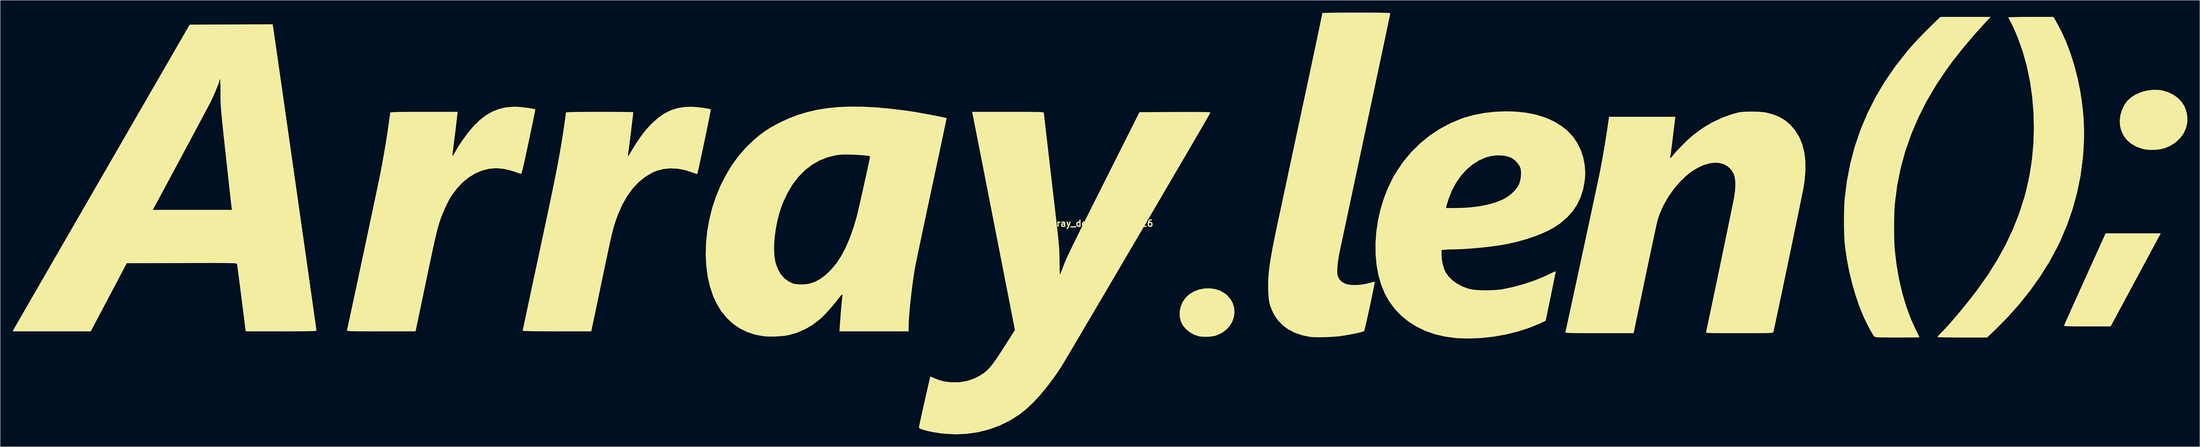
<source format=kicad_pcb>
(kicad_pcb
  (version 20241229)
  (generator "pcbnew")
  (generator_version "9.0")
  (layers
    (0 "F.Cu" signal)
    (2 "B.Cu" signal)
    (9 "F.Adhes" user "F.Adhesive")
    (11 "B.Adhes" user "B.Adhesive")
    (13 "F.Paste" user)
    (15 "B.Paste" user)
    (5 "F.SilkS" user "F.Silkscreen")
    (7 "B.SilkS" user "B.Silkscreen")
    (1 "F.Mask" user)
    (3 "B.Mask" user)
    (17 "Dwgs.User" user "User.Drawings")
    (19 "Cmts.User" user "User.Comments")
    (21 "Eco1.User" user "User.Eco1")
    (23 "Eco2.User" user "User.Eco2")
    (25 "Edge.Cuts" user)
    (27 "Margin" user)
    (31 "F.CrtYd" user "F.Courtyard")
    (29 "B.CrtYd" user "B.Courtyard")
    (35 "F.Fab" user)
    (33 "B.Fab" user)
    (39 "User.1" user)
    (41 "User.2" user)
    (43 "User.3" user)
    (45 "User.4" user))
  (footprint "array_dotlen_logo_526"
    (layer "F.Cu")
    (at 263.127 51.104)
    (property "Reference" "array_dotlen_logo_526" (at 0 0 0) (layer "F.SilkS") (effects (font (size 1.524 1.524) (thickness 0.3))))
    (attr through_hole)
    (fp_poly (pts (xy 254.313 6.761) (xy 253.75 7.808) (xy 253.073 9.069) (xy 252.308 10.493) (xy 251.482 12.031) (xy 250.621 13.633) (xy 249.753 15.249) (xy 248.904 16.829) (xy 248.253 18.041) (xy 244.54 24.952) (xy 238.875 24.952) (xy 237.386 24.95) (xy 236.172 24.945) (xy 235.207 24.934) (xy 234.466 24.918) (xy 233.926 24.896) (xy 233.562 24.866) (xy 233.349 24.828) (xy 233.262 24.781) (xy 233.258 24.754) (xy 233.326 24.591) (xy 233.507 24.175) (xy 233.794 23.529) (xy 234.176 22.673) (xy 234.643 21.627) (xy 235.188 20.412) (xy 235.8 19.049) (xy 236.471 17.559) (xy 237.191 15.962) (xy 237.95 14.279) (xy 238.312 13.478) (xy 243.317 2.4) (xy 249.989 2.395) (xy 256.661 2.391) (xy 254.313 6.761)) (stroke (width 0.01) (type solid)) (fill yes) (layer "F.SilkS"))
    (fp_poly (pts (xy 27.969 15.933) (xy 29.195 16.359) (xy 30.29 17.009) (xy 30.748 17.392) (xy 31.577 18.349) (xy 32.143 19.395) (xy 32.456 20.497) (xy 32.528 21.622) (xy 32.367 22.739) (xy 31.985 23.813) (xy 31.392 24.811) (xy 30.597 25.702) (xy 29.611 26.452) (xy 28.444 27.027) (xy 27.687 27.269) (xy 26.966 27.395) (xy 26.082 27.461) (xy 25.157 27.465) (xy 24.315 27.405) (xy 23.849 27.326) (xy 22.71 26.933) (xy 21.655 26.329) (xy 20.739 25.561) (xy 20.016 24.672) (xy 19.583 23.825) (xy 19.29 22.631) (xy 19.269 21.404) (xy 19.503 20.193) (xy 19.979 19.049) (xy 20.681 18.024) (xy 21.568 17.186) (xy 22.725 16.48) (xy 23.992 16.003) (xy 25.32 15.754) (xy 26.662 15.731) (xy 27.969 15.933)) (stroke (width 0.01) (type solid)) (fill yes) (layer "F.SilkS"))
    (fp_poly (pts (xy 256.226 -32.357) (xy 257.099 -32.222) (xy 258.484 -31.8) (xy 259.752 -31.168) (xy 260.861 -30.354) (xy 261.769 -29.39) (xy 262.401 -28.371) (xy 262.9 -27.018) (xy 263.115 -25.659) (xy 263.059 -24.322) (xy 262.744 -23.034) (xy 262.183 -21.823) (xy 261.391 -20.714) (xy 260.378 -19.737) (xy 259.159 -18.917) (xy 257.746 -18.282) (xy 257.586 -18.227) (xy 256.561 -17.978) (xy 255.375 -17.843) (xy 254.142 -17.822) (xy 252.979 -17.921) (xy 252.237 -18.072) (xy 250.756 -18.603) (xy 249.49 -19.33) (xy 248.449 -20.243) (xy 247.64 -21.334) (xy 247.073 -22.595) (xy 246.817 -23.61) (xy 246.729 -24.884) (xy 246.887 -26.215) (xy 247.268 -27.526) (xy 247.852 -28.741) (xy 248.531 -29.685) (xy 249.469 -30.551) (xy 250.62 -31.27) (xy 251.928 -31.828) (xy 253.336 -32.206) (xy 254.787 -32.388) (xy 256.226 -32.357)) (stroke (width 0.01) (type solid)) (fill yes) (layer "F.SilkS"))
    (fp_poly (pts (xy 231.367 -48.895) (xy 232.625 -46.551) (xy 233.786 -43.963) (xy 234.836 -41.178) (xy 235.76 -38.239) (xy 236.545 -35.191) (xy 237.176 -32.078) (xy 237.549 -29.658) (xy 237.85 -27.065) (xy 238.036 -24.625) (xy 238.11 -22.244) (xy 238.073 -19.829) (xy 237.927 -17.288) (xy 237.778 -15.564) (xy 237.24 -11.498) (xy 236.414 -7.44) (xy 235.311 -3.425) (xy 233.939 0.513) (xy 232.308 4.34) (xy 231.589 5.826) (xy 229.672 9.355) (xy 227.482 12.854) (xy 225.041 16.29) (xy 222.376 19.631) (xy 219.509 22.843) (xy 216.729 25.646) (xy 214.644 27.641) (xy 208.623 27.641) (xy 207.315 27.638) (xy 206.104 27.63) (xy 205.023 27.617) (xy 204.103 27.601) (xy 203.375 27.58) (xy 202.871 27.557) (xy 202.623 27.532) (xy 202.602 27.522) (xy 202.702 27.361) (xy 202.958 27.07) (xy 203.213 26.812) (xy 204.013 26.003) (xy 204.954 24.99) (xy 206.003 23.811) (xy 207.128 22.505) (xy 208.297 21.112) (xy 209.476 19.668) (xy 210.634 18.214) (xy 211.736 16.788) (xy 212.198 16.176) (xy 214.794 12.513) (xy 217.1 8.844) (xy 219.128 5.151) (xy 220.885 1.413) (xy 222.382 -2.389) (xy 223.628 -6.273) (xy 224.103 -8.026) (xy 224.913 -11.702) (xy 225.491 -15.467) (xy 225.841 -19.289) (xy 225.964 -23.137) (xy 225.862 -26.98) (xy 225.539 -30.785) (xy 224.996 -34.523) (xy 224.235 -38.161) (xy 223.26 -41.669) (xy 222.072 -45.014) (xy 221.181 -47.099) (xy 220.86 -47.784) (xy 220.543 -48.438) (xy 220.273 -48.969) (xy 220.145 -49.205) (xy 219.935 -49.593) (xy 219.806 -49.872) (xy 219.787 -49.941) (xy 219.93 -49.966) (xy 220.339 -49.99) (xy 220.981 -50.011) (xy 221.822 -50.028) (xy 222.83 -50.041) (xy 223.971 -50.05) (xy 225.212 -50.053) (xy 225.235 -50.053) (xy 230.684 -50.053) (xy 231.367 -48.895)) (stroke (width 0.01) (type solid)) (fill yes) (layer "F.SilkS"))
    (fp_poly (pts (xy 213.925 -48.372) (xy 211.295 -45.446) (xy 208.81 -42.501) (xy 206.514 -39.592) (xy 204.908 -37.416) (xy 202.319 -33.564) (xy 200.02 -29.649) (xy 198.01 -25.673) (xy 196.291 -21.641) (xy 194.863 -17.552) (xy 193.728 -13.411) (xy 192.886 -9.22) (xy 192.339 -4.98) (xy 192.294 -4.482) (xy 192.231 -3.521) (xy 192.185 -2.339) (xy 192.154 -1.001) (xy 192.14 0.423) (xy 192.142 1.869) (xy 192.16 3.268) (xy 192.194 4.555) (xy 192.245 5.661) (xy 192.294 6.35) (xy 192.728 10.029) (xy 193.349 13.592) (xy 194.15 17.008) (xy 195.124 20.248) (xy 196.262 23.285) (xy 197.363 25.704) (xy 197.694 26.373) (xy 197.971 26.94) (xy 198.169 27.355) (xy 198.264 27.567) (xy 198.269 27.583) (xy 198.126 27.597) (xy 197.716 27.609) (xy 197.075 27.62) (xy 196.235 27.629) (xy 195.23 27.635) (xy 194.093 27.64) (xy 192.914 27.641) (xy 191.499 27.64) (xy 190.354 27.636) (xy 189.447 27.628) (xy 188.75 27.615) (xy 188.233 27.594) (xy 187.865 27.565) (xy 187.617 27.526) (xy 187.458 27.476) (xy 187.361 27.413) (xy 187.328 27.38) (xy 187.081 27.037) (xy 186.739 26.478) (xy 186.332 25.756) (xy 185.889 24.928) (xy 185.44 24.046) (xy 185.014 23.167) (xy 184.744 22.581) (xy 183.731 20.097) (xy 182.802 17.392) (xy 181.976 14.533) (xy 181.271 11.591) (xy 180.702 8.633) (xy 180.289 5.729) (xy 180.174 4.632) (xy 180.104 3.638) (xy 180.053 2.416) (xy 180.022 1.039) (xy 180.011 -0.422) (xy 180.018 -1.898) (xy 180.046 -3.315) (xy 180.092 -4.604) (xy 180.158 -5.693) (xy 180.182 -5.976) (xy 180.728 -10.337) (xy 181.553 -14.592) (xy 182.657 -18.744) (xy 184.041 -22.794) (xy 185.705 -26.745) (xy 187.651 -30.597) (xy 189.879 -34.353) (xy 192.39 -38.016) (xy 195.186 -41.586) (xy 196.038 -42.591) (xy 196.8 -43.447) (xy 197.729 -44.451) (xy 198.772 -45.545) (xy 199.877 -46.675) (xy 200.988 -47.785) (xy 202.053 -48.82) (xy 203.342 -50.053) (xy 215.482 -50.053) (xy 213.925 -48.372)) (stroke (width 0.01) (type solid)) (fill yes) (layer "F.SilkS"))
    (fp_poly (pts (xy -140.864 -28.257) (xy -140.121 -28.198) (xy -139.326 -28.115) (xy -138.537 -28.015) (xy -137.814 -27.906) (xy -137.218 -27.797) (xy -136.809 -27.696) (xy -136.653 -27.621) (xy -136.674 -27.469) (xy -136.753 -27.051) (xy -136.883 -26.396) (xy -137.058 -25.529) (xy -137.274 -24.477) (xy -137.525 -23.269) (xy -137.805 -21.93) (xy -138.108 -20.488) (xy -138.264 -19.751) (xy -138.636 -18.002) (xy -138.953 -16.525) (xy -139.221 -15.299) (xy -139.444 -14.303) (xy -139.628 -13.517) (xy -139.777 -12.921) (xy -139.897 -12.492) (xy -139.993 -12.211) (xy -140.07 -12.057) (xy -140.132 -12.008) (xy -140.146 -12.01) (xy -140.381 -12.09) (xy -140.822 -12.242) (xy -141.392 -12.439) (xy -141.695 -12.544) (xy -142.504 -12.796) (xy -143.424 -13.037) (xy -144.275 -13.222) (xy -144.384 -13.241) (xy -146.106 -13.392) (xy -147.815 -13.254) (xy -149.494 -12.835) (xy -151.126 -12.147) (xy -152.691 -11.198) (xy -154.172 -9.998) (xy -155.551 -8.556) (xy -156.809 -6.881) (xy -157.003 -6.585) (xy -157.462 -5.8) (xy -157.972 -4.813) (xy -158.495 -3.708) (xy -158.991 -2.569) (xy -159.423 -1.478) (xy -159.63 -0.896) (xy -159.792 -0.408) (xy -159.947 0.083) (xy -160.1 0.597) (xy -160.256 1.157) (xy -160.421 1.784) (xy -160.598 2.5) (xy -160.794 3.325) (xy -161.012 4.282) (xy -161.259 5.393) (xy -161.538 6.678) (xy -161.855 8.16) (xy -162.215 9.859) (xy -162.623 11.798) (xy -163.084 13.998) (xy -163.32 15.128) (xy -165.622 26.147) (xy -173.962 26.147) (xy -175.753 26.147) (xy -177.267 26.145) (xy -178.529 26.141) (xy -179.559 26.135) (xy -180.382 26.125) (xy -181.02 26.111) (xy -181.495 26.091) (xy -181.83 26.067) (xy -182.048 26.036) (xy -182.172 25.998) (xy -182.225 25.952) (xy -182.228 25.897) (xy -182.225 25.886) (xy -182.172 25.666) (xy -182.062 25.175) (xy -181.9 24.434) (xy -181.689 23.465) (xy -181.435 22.29) (xy -181.143 20.929) (xy -180.815 19.404) (xy -180.458 17.736) (xy -180.076 15.947) (xy -179.673 14.058) (xy -179.254 12.091) (xy -178.823 10.067) (xy -178.385 8.007) (xy -177.944 5.933) (xy -177.506 3.866) (xy -177.074 1.827) (xy -176.653 -0.162) (xy -176.248 -2.079) (xy -175.863 -3.904) (xy -175.502 -5.614) (xy -175.171 -7.189) (xy -174.874 -8.607) (xy -174.615 -9.847) (xy -174.399 -10.887) (xy -174.23 -11.706) (xy -174.114 -12.283) (xy -174.076 -12.476) (xy -173.65 -14.748) (xy -173.245 -17.018) (xy -172.871 -19.221) (xy -172.538 -21.296) (xy -172.257 -23.18) (xy -172.116 -24.205) (xy -172.004 -25.039) (xy -171.902 -25.776) (xy -171.818 -26.361) (xy -171.759 -26.742) (xy -171.737 -26.857) (xy -171.665 -26.899) (xy -171.461 -26.935) (xy -171.107 -26.965) (xy -170.583 -26.989) (xy -169.869 -27.008) (xy -168.947 -27.023) (xy -167.796 -27.033) (xy -166.396 -27.04) (xy -164.73 -27.043) (xy -163.564 -27.044) (xy -155.445 -27.044) (xy -155.783 -24.093) (xy -155.914 -22.969) (xy -156.063 -21.745) (xy -156.215 -20.528) (xy -156.358 -19.424) (xy -156.444 -18.781) (xy -156.549 -17.976) (xy -156.631 -17.279) (xy -156.683 -16.743) (xy -156.701 -16.418) (xy -156.693 -16.346) (xy -156.594 -16.433) (xy -156.391 -16.729) (xy -156.122 -17.18) (xy -155.994 -17.41) (xy -155.634 -18.033) (xy -155.173 -18.785) (xy -154.682 -19.553) (xy -154.398 -19.981) (xy -152.966 -21.955) (xy -151.538 -23.641) (xy -150.097 -25.049) (xy -148.628 -26.189) (xy -147.115 -27.071) (xy -145.542 -27.706) (xy -143.894 -28.104) (xy -142.154 -28.274) (xy -141.493 -28.282) (xy -140.864 -28.257)) (stroke (width 0.01) (type solid)) (fill yes) (layer "F.SilkS"))
    (fp_poly (pts (xy 63.851 -51.098) (xy 65.417 -51.093) (xy 66.723 -51.086) (xy 67.788 -51.074) (xy 68.633 -51.059) (xy 69.275 -51.038) (xy 69.736 -51.013) (xy 70.034 -50.982) (xy 70.189 -50.945) (xy 70.224 -50.912) (xy 70.193 -50.748) (xy 70.103 -50.307) (xy 69.957 -49.603) (xy 69.758 -48.649) (xy 69.508 -47.46) (xy 69.212 -46.05) (xy 68.871 -44.434) (xy 68.489 -42.626) (xy 68.07 -40.64) (xy 67.615 -38.491) (xy 67.128 -36.193) (xy 66.612 -33.759) (xy 66.07 -31.206) (xy 65.506 -28.546) (xy 64.921 -25.794) (xy 64.32 -22.965) (xy 64.313 -22.934) (xy 63.704 -20.072) (xy 63.108 -17.27) (xy 62.528 -14.543) (xy 61.968 -11.906) (xy 61.429 -9.376) (xy 60.917 -6.967) (xy 60.434 -4.696) (xy 59.984 -2.578) (xy 59.57 -0.629) (xy 59.194 1.135) (xy 58.862 2.699) (xy 58.575 4.048) (xy 58.338 5.165) (xy 58.153 6.034) (xy 58.024 6.641) (xy 57.959 6.948) (xy 57.696 8.342) (xy 57.512 9.646) (xy 57.412 10.815) (xy 57.399 11.805) (xy 57.476 12.571) (xy 57.521 12.766) (xy 57.879 13.507) (xy 58.485 14.125) (xy 59.301 14.587) (xy 59.714 14.731) (xy 60.535 14.881) (xy 61.55 14.929) (xy 62.673 14.881) (xy 63.818 14.74) (xy 64.899 14.512) (xy 65.143 14.444) (xy 65.713 14.283) (xy 66.164 14.169) (xy 66.427 14.119) (xy 66.466 14.122) (xy 66.455 14.282) (xy 66.387 14.696) (xy 66.268 15.327) (xy 66.108 16.135) (xy 65.915 17.085) (xy 65.696 18.138) (xy 65.46 19.257) (xy 65.215 20.404) (xy 64.968 21.541) (xy 64.728 22.631) (xy 64.503 23.636) (xy 64.301 24.519) (xy 64.131 25.241) (xy 63.999 25.766) (xy 63.915 26.055) (xy 63.895 26.098) (xy 63.678 26.198) (xy 63.212 26.335) (xy 62.542 26.497) (xy 61.714 26.676) (xy 60.774 26.863) (xy 59.768 27.046) (xy 58.741 27.216) (xy 58.42 27.266) (xy 57.601 27.365) (xy 56.606 27.449) (xy 55.503 27.513) (xy 54.362 27.557) (xy 53.25 27.578) (xy 52.237 27.574) (xy 51.392 27.544) (xy 50.837 27.493) (xy 48.859 27.089) (xy 47.075 26.469) (xy 45.492 25.638) (xy 44.116 24.601) (xy 42.955 23.364) (xy 42.014 21.933) (xy 41.302 20.313) (xy 41.06 19.532) (xy 40.921 18.906) (xy 40.816 18.153) (xy 40.74 17.215) (xy 40.686 16.038) (xy 40.684 15.979) (xy 40.668 14.982) (xy 40.686 13.963) (xy 40.744 12.898) (xy 40.843 11.759) (xy 40.99 10.52) (xy 41.186 9.156) (xy 41.437 7.64) (xy 41.746 5.946) (xy 42.116 4.048) (xy 42.553 1.919) (xy 43.058 -0.466) (xy 43.2 -1.121) (xy 43.359 -1.86) (xy 43.573 -2.858) (xy 43.834 -4.079) (xy 44.136 -5.488) (xy 44.47 -7.053) (xy 44.829 -8.738) (xy 45.207 -10.508) (xy 45.595 -12.329) (xy 45.986 -14.168) (xy 46.166 -15.016) (xy 46.571 -16.917) (xy 46.986 -18.868) (xy 47.404 -20.827) (xy 47.815 -22.754) (xy 48.211 -24.606) (xy 48.582 -26.343) (xy 48.92 -27.923) (xy 49.215 -29.304) (xy 49.46 -30.445) (xy 49.516 -30.704) (xy 49.836 -32.195) (xy 50.175 -33.776) (xy 50.526 -35.421) (xy 50.884 -37.104) (xy 51.244 -38.8) (xy 51.601 -40.483) (xy 51.949 -42.127) (xy 52.282 -43.707) (xy 52.596 -45.198) (xy 52.885 -46.573) (xy 53.143 -47.807) (xy 53.366 -48.874) (xy 53.547 -49.75) (xy 53.681 -50.407) (xy 53.763 -50.821) (xy 53.788 -50.965) (xy 53.934 -50.992) (xy 54.355 -51.016) (xy 55.03 -51.039) (xy 55.935 -51.058) (xy 57.048 -51.074) (xy 58.346 -51.086) (xy 59.805 -51.094) (xy 61.404 -51.099) (xy 62.006 -51.099) (xy 63.851 -51.098)) (stroke (width 0.01) (type solid)) (fill yes) (layer "F.SilkS"))
    (fp_poly (pts (xy 100.647 -27.099) (xy 103.116 -26.835) (xy 105.424 -26.38) (xy 105.485 -26.365) (xy 107.756 -25.656) (xy 109.818 -24.736) (xy 111.671 -23.604) (xy 113.152 -22.411) (xy 114.416 -21.057) (xy 115.475 -19.51) (xy 116.314 -17.807) (xy 116.923 -15.98) (xy 117.288 -14.065) (xy 117.399 -12.098) (xy 117.306 -10.608) (xy 116.933 -8.443) (xy 116.324 -6.454) (xy 115.471 -4.633) (xy 114.367 -2.968) (xy 113.008 -1.449) (xy 111.385 -0.066) (xy 110.042 0.857) (xy 108.606 1.664) (xy 106.92 2.444) (xy 105.036 3.178) (xy 103.002 3.85) (xy 100.868 4.444) (xy 98.683 4.941) (xy 97.192 5.217) (xy 95.71 5.441) (xy 94.062 5.652) (xy 92.321 5.843) (xy 90.56 6.007) (xy 88.853 6.138) (xy 87.272 6.228) (xy 85.89 6.272) (xy 85.538 6.275) (xy 84.816 6.287) (xy 84.099 6.318) (xy 83.519 6.36) (xy 83.409 6.372) (xy 82.625 6.466) (xy 82.625 7.617) (xy 82.706 8.749) (xy 82.931 9.931) (xy 83.272 11.041) (xy 83.63 11.84) (xy 84.341 12.862) (xy 85.302 13.806) (xy 86.467 14.639) (xy 87.789 15.329) (xy 89.222 15.843) (xy 89.305 15.866) (xy 90.071 16.016) (xy 91.064 16.124) (xy 92.214 16.188) (xy 93.452 16.209) (xy 94.709 16.185) (xy 95.917 16.116) (xy 97.005 16.002) (xy 97.491 15.926) (xy 99.977 15.401) (xy 102.486 14.716) (xy 104.931 13.9) (xy 107.227 12.979) (xy 108.66 12.307) (xy 109.278 12.006) (xy 109.786 11.776) (xy 110.133 11.638) (xy 110.269 11.614) (xy 110.269 11.616) (xy 110.24 11.782) (xy 110.157 12.209) (xy 110.027 12.866) (xy 109.854 13.721) (xy 109.647 14.742) (xy 109.411 15.898) (xy 109.152 17.158) (xy 109.049 17.658) (xy 107.826 23.587) (xy 106.349 24.272) (xy 103.805 25.32) (xy 101.063 26.202) (xy 98.182 26.911) (xy 95.219 27.435) (xy 92.234 27.764) (xy 89.285 27.888) (xy 86.429 27.798) (xy 86.097 27.772) (xy 83.506 27.432) (xy 81.051 26.856) (xy 78.748 26.051) (xy 76.609 25.026) (xy 74.648 23.791) (xy 72.879 22.354) (xy 71.317 20.723) (xy 69.975 18.908) (xy 68.886 16.958) (xy 68.004 14.789) (xy 67.344 12.453) (xy 66.9 9.98) (xy 66.671 7.401) (xy 66.654 4.747) (xy 66.846 2.05) (xy 67.244 -0.661) (xy 67.844 -3.353) (xy 67.96 -3.735) (xy 83.69 -3.735) (xy 85.809 -3.735) (xy 86.76 -3.747) (xy 87.78 -3.78) (xy 88.746 -3.829) (xy 89.53 -3.887) (xy 91.829 -4.174) (xy 93.877 -4.575) (xy 95.702 -5.099) (xy 97.333 -5.751) (xy 97.566 -5.862) (xy 98.593 -6.459) (xy 99.553 -7.195) (xy 100.39 -8.016) (xy 101.047 -8.868) (xy 101.447 -9.637) (xy 101.698 -10.515) (xy 101.844 -11.484) (xy 101.875 -12.431) (xy 101.781 -13.245) (xy 101.747 -13.38) (xy 101.448 -14.039) (xy 100.946 -14.726) (xy 100.316 -15.356) (xy 99.633 -15.845) (xy 99.498 -15.918) (xy 98.506 -16.28) (xy 97.338 -16.475) (xy 96.065 -16.503) (xy 94.759 -16.361) (xy 93.492 -16.049) (xy 93.353 -16.003) (xy 91.681 -15.272) (xy 90.109 -14.274) (xy 88.655 -13.031) (xy 87.335 -11.56) (xy 86.167 -9.884) (xy 85.167 -8.022) (xy 84.352 -5.994) (xy 83.989 -4.819) (xy 83.69 -3.735) (xy 67.96 -3.735) (xy 68.645 -5.996) (xy 69.643 -8.56) (xy 70.836 -11.012) (xy 71.633 -12.4) (xy 73.334 -14.909) (xy 75.249 -17.223) (xy 77.362 -19.329) (xy 79.657 -21.214) (xy 82.118 -22.864) (xy 84.728 -24.267) (xy 87.47 -25.41) (xy 88.094 -25.626) (xy 90.422 -26.283) (xy 92.904 -26.762) (xy 95.478 -27.059) (xy 98.08 -27.172) (xy 100.647 -27.099)) (stroke (width 0.01) (type solid)) (fill yes) (layer "F.SilkS"))
    (fp_poly (pts (xy -98.437 -28.256) (xy -97.642 -28.198) (xy -96.808 -28.113) (xy -95.997 -28.009) (xy -95.269 -27.894) (xy -94.683 -27.777) (xy -94.299 -27.665) (xy -94.193 -27.605) (xy -94.209 -27.45) (xy -94.282 -27.036) (xy -94.404 -26.396) (xy -94.568 -25.563) (xy -94.768 -24.569) (xy -94.997 -23.447) (xy -95.247 -22.231) (xy -95.513 -20.953) (xy -95.786 -19.646) (xy -96.06 -18.343) (xy -96.329 -17.077) (xy -96.585 -15.881) (xy -96.821 -14.787) (xy -97.031 -13.829) (xy -97.207 -13.04) (xy -97.343 -12.451) (xy -97.432 -12.097) (xy -97.463 -12.006) (xy -97.632 -12.017) (xy -97.999 -12.123) (xy -98.488 -12.301) (xy -98.536 -12.321) (xy -100.355 -12.918) (xy -102.17 -13.262) (xy -103.948 -13.353) (xy -105.657 -13.191) (xy -107.264 -12.776) (xy -108.347 -12.317) (xy -110.079 -11.279) (xy -111.669 -9.985) (xy -113.118 -8.431) (xy -114.427 -6.617) (xy -115.598 -4.541) (xy -116.632 -2.201) (xy -117.116 -0.878) (xy -117.273 -0.415) (xy -117.42 0.033) (xy -117.56 0.487) (xy -117.701 0.971) (xy -117.846 1.504) (xy -118 2.109) (xy -118.169 2.809) (xy -118.358 3.623) (xy -118.571 4.575) (xy -118.814 5.686) (xy -119.091 6.978) (xy -119.409 8.473) (xy -119.771 10.192) (xy -120.182 12.157) (xy -120.649 14.39) (xy -120.717 14.717) (xy -121.084 16.473) (xy -121.434 18.148) (xy -121.762 19.719) (xy -122.065 21.163) (xy -122.335 22.456) (xy -122.57 23.573) (xy -122.762 24.491) (xy -122.909 25.187) (xy -123.004 25.636) (xy -123.042 25.811) (xy -123.121 26.147) (xy -131.41 26.147) (xy -133.408 26.144) (xy -135.14 26.136) (xy -136.602 26.123) (xy -137.788 26.105) (xy -138.694 26.082) (xy -139.314 26.054) (xy -139.644 26.021) (xy -139.7 25.998) (xy -139.669 25.836) (xy -139.58 25.4) (xy -139.435 24.707) (xy -139.239 23.776) (xy -138.996 22.624) (xy -138.709 21.27) (xy -138.382 19.732) (xy -138.019 18.027) (xy -137.625 16.173) (xy -137.201 14.189) (xy -136.753 12.092) (xy -136.285 9.9) (xy -135.901 8.106) (xy -135.262 5.122) (xy -134.683 2.409) (xy -134.159 -0.052) (xy -133.686 -2.281) (xy -133.261 -4.299) (xy -132.878 -6.125) (xy -132.534 -7.78) (xy -132.225 -9.284) (xy -131.947 -10.657) (xy -131.696 -11.919) (xy -131.466 -13.091) (xy -131.256 -14.191) (xy -131.059 -15.241) (xy -130.873 -16.261) (xy -130.693 -17.271) (xy -130.515 -18.29) (xy -130.448 -18.676) (xy -130.319 -19.451) (xy -130.173 -20.361) (xy -130.017 -21.359) (xy -129.859 -22.399) (xy -129.705 -23.432) (xy -129.563 -24.412) (xy -129.438 -25.293) (xy -129.338 -26.027) (xy -129.271 -26.567) (xy -129.242 -26.866) (xy -129.241 -26.888) (xy -129.109 -26.926) (xy -128.708 -26.959) (xy -128.035 -26.987) (xy -127.084 -27.008) (xy -125.852 -27.025) (xy -124.333 -27.036) (xy -122.523 -27.042) (xy -121.098 -27.044) (xy -119.57 -27.042) (xy -118.134 -27.038) (xy -116.82 -27.031) (xy -115.653 -27.021) (xy -114.661 -27.01) (xy -113.871 -26.997) (xy -113.309 -26.982) (xy -113.004 -26.966) (xy -112.955 -26.957) (xy -112.973 -26.73) (xy -113.023 -26.254) (xy -113.099 -25.575) (xy -113.196 -24.741) (xy -113.308 -23.798) (xy -113.429 -22.794) (xy -113.554 -21.775) (xy -113.677 -20.788) (xy -113.791 -19.881) (xy -113.893 -19.1) (xy -113.975 -18.492) (xy -114.002 -18.308) (xy -114.103 -17.584) (xy -114.178 -16.973) (xy -114.223 -16.534) (xy -114.229 -16.321) (xy -114.226 -16.311) (xy -114.122 -16.387) (xy -113.935 -16.649) (xy -113.871 -16.755) (xy -112.876 -18.409) (xy -111.971 -19.831) (xy -111.127 -21.061) (xy -110.315 -22.14) (xy -109.504 -23.109) (xy -108.666 -24.007) (xy -108.455 -24.219) (xy -106.971 -25.555) (xy -105.48 -26.608) (xy -103.949 -27.392) (xy -102.344 -27.921) (xy -100.633 -28.21) (xy -99.135 -28.278) (xy -98.437 -28.256)) (stroke (width 0.01) (type solid)) (fill yes) (layer "F.SilkS"))
    (fp_poly (pts (xy -200.142 -47.925) (xy -200.114 -47.746) (xy -200.046 -47.287) (xy -199.941 -46.565) (xy -199.8 -45.593) (xy -199.626 -44.387) (xy -199.421 -42.964) (xy -199.187 -41.337) (xy -198.926 -39.523) (xy -198.642 -37.536) (xy -198.334 -35.393) (xy -198.007 -33.109) (xy -197.662 -30.698) (xy -197.302 -28.177) (xy -196.928 -25.56) (xy -196.542 -22.863) (xy -196.148 -20.102) (xy -195.747 -17.291) (xy -195.341 -14.446) (xy -194.932 -11.583) (xy -194.523 -8.717) (xy -194.116 -5.862) (xy -193.713 -3.035) (xy -193.317 -0.251) (xy -192.929 2.474) (xy -192.551 5.126) (xy -192.186 7.69) (xy -191.837 10.148) (xy -191.504 12.488) (xy -191.191 14.692) (xy -190.9 16.746) (xy -190.632 18.634) (xy -190.39 20.341) (xy -190.177 21.851) (xy -189.993 23.15) (xy -189.843 24.221) (xy -189.727 25.05) (xy -189.648 25.621) (xy -189.608 25.919) (xy -189.603 25.96) (xy -189.661 26.001) (xy -189.848 26.037) (xy -190.182 26.066) (xy -190.683 26.09) (xy -191.37 26.109) (xy -192.261 26.124) (xy -193.376 26.135) (xy -194.734 26.142) (xy -196.353 26.146) (xy -198.161 26.147) (xy -206.719 26.147) (xy -207.738 18.116) (xy -207.931 16.594) (xy -208.115 15.157) (xy -208.286 13.832) (xy -208.441 12.649) (xy -208.574 11.635) (xy -208.684 10.818) (xy -208.765 10.227) (xy -208.815 9.889) (xy -208.827 9.823) (xy -208.852 9.778) (xy -208.911 9.738) (xy -209.024 9.704) (xy -209.208 9.674) (xy -209.483 9.65) (xy -209.865 9.63) (xy -210.374 9.614) (xy -211.028 9.601) (xy -211.844 9.593) (xy -212.842 9.587) (xy -214.04 9.584) (xy -215.455 9.584) (xy -217.107 9.586) (xy -219.013 9.59) (xy -221.192 9.596) (xy -222.202 9.599) (xy -235.507 9.637) (xy -244.212 26.147) (xy -263.122 26.147) (xy -262.903 25.736) (xy -262.811 25.574) (xy -262.576 25.163) (xy -262.203 24.514) (xy -261.699 23.638) (xy -261.07 22.545) (xy -260.321 21.245) (xy -259.459 19.749) (xy -258.49 18.067) (xy -257.42 16.209) (xy -256.255 14.187) (xy -255 12.01) (xy -253.662 9.689) (xy -252.247 7.235) (xy -250.761 4.657) (xy -249.21 1.967) (xy -247.599 -0.826) (xy -246.18 -3.287) (xy -229.219 -3.287) (xy -210.047 -3.287) (xy -210.135 -3.847) (xy -210.165 -4.081) (xy -210.224 -4.588) (xy -210.31 -5.346) (xy -210.421 -6.329) (xy -210.553 -7.516) (xy -210.704 -8.881) (xy -210.872 -10.402) (xy -211.054 -12.056) (xy -211.247 -13.817) (xy -211.449 -15.664) (xy -211.525 -16.361) (xy -211.762 -18.543) (xy -211.969 -20.452) (xy -212.147 -22.115) (xy -212.298 -23.555) (xy -212.425 -24.798) (xy -212.53 -25.867) (xy -212.615 -26.789) (xy -212.682 -27.588) (xy -212.733 -28.289) (xy -212.77 -28.916) (xy -212.796 -29.495) (xy -212.812 -30.051) (xy -212.82 -30.607) (xy -212.823 -31.19) (xy -212.823 -31.638) (xy -212.828 -32.598) (xy -212.841 -33.45) (xy -212.863 -34.151) (xy -212.891 -34.658) (xy -212.924 -34.929) (xy -212.941 -34.962) (xy -213.046 -34.84) (xy -213.061 -34.727) (xy -213.121 -34.444) (xy -213.287 -33.942) (xy -213.538 -33.274) (xy -213.853 -32.491) (xy -214.209 -31.645) (xy -214.587 -30.788) (xy -214.965 -29.972) (xy -215.229 -29.431) (xy -215.4 -29.097) (xy -215.701 -28.525) (xy -216.116 -27.737) (xy -216.635 -26.758) (xy -217.244 -25.611) (xy -217.931 -24.322) (xy -218.681 -22.913) (xy -219.484 -21.409) (xy -220.325 -19.833) (xy -221.192 -18.21) (xy -222.073 -16.563) (xy -222.953 -14.918) (xy -223.822 -13.297) (xy -224.664 -11.724) (xy -225.469 -10.224) (xy -226.223 -8.821) (xy -226.913 -7.538) (xy -227.527 -6.4) (xy -228.051 -5.43) (xy -228.472 -4.653) (xy -228.626 -4.37) (xy -229.219 -3.287) (xy -246.18 -3.287) (xy -245.936 -3.71) (xy -244.225 -6.676) (xy -242.474 -9.713) (xy -241.483 -11.43) (xy -220.282 -48.185) (xy -210.25 -48.224) (xy -200.218 -48.262) (xy -200.142 -47.925)) (stroke (width 0.01) (type solid)) (fill yes) (layer "F.SilkS"))
    (fp_poly (pts (xy -57.408 -28.294) (xy -54.2 -28.122) (xy -50.771 -27.811) (xy -47.1 -27.363) (xy -46.318 -27.254) (xy -45.623 -27.149) (xy -44.775 -27.01) (xy -43.817 -26.846) (xy -42.79 -26.663) (xy -41.736 -26.47) (xy -40.698 -26.275) (xy -39.717 -26.086) (xy -38.835 -25.911) (xy -38.095 -25.758) (xy -37.538 -25.634) (xy -37.207 -25.548) (xy -37.133 -25.517) (xy -37.159 -25.368) (xy -37.245 -24.945) (xy -37.385 -24.267) (xy -37.577 -23.351) (xy -37.815 -22.216) (xy -38.097 -20.88) (xy -38.419 -19.361) (xy -38.776 -17.677) (xy -39.165 -15.846) (xy -39.582 -13.888) (xy -40.023 -11.819) (xy -40.484 -9.658) (xy -40.729 -8.516) (xy -41.209 -6.268) (xy -41.677 -4.071) (xy -42.129 -1.946) (xy -42.559 0.085) (xy -42.965 2.002) (xy -43.34 3.782) (xy -43.682 5.406) (xy -43.984 6.85) (xy -44.243 8.095) (xy -44.454 9.12) (xy -44.614 9.901) (xy -44.716 10.42) (xy -44.737 10.534) (xy -44.962 11.849) (xy -45.187 13.329) (xy -45.406 14.921) (xy -45.614 16.574) (xy -45.806 18.237) (xy -45.975 19.86) (xy -46.116 21.392) (xy -46.224 22.781) (xy -46.293 23.976) (xy -46.317 24.914) (xy -46.318 26.147) (xy -63.054 26.147) (xy -62.967 24.84) (xy -62.905 23.955) (xy -62.83 22.969) (xy -62.748 21.933) (xy -62.662 20.903) (xy -62.578 19.93) (xy -62.499 19.07) (xy -62.431 18.375) (xy -62.378 17.899) (xy -62.36 17.765) (xy -62.33 17.4) (xy -62.371 17.2) (xy -62.398 17.187) (xy -62.551 17.3) (xy -62.812 17.589) (xy -63.052 17.894) (xy -63.762 18.813) (xy -64.56 19.785) (xy -65.393 20.752) (xy -66.214 21.66) (xy -66.97 22.451) (xy -67.612 23.068) (xy -67.732 23.174) (xy -69.518 24.54) (xy -71.421 25.659) (xy -73.408 26.511) (xy -75.28 27.046) (xy -76.316 27.22) (xy -77.538 27.344) (xy -78.833 27.41) (xy -80.09 27.415) (xy -81.2 27.353) (xy -81.353 27.337) (xy -83.444 26.957) (xy -85.399 26.316) (xy -87.206 25.419) (xy -88.857 24.275) (xy -90.342 22.89) (xy -91.652 21.273) (xy -92.777 19.431) (xy -93.603 17.638) (xy -94.38 15.328) (xy -94.939 12.848) (xy -95.283 10.232) (xy -95.414 7.514) (xy -95.384 6.439) (xy -78.873 6.439) (xy -78.784 7.976) (xy -78.565 9.306) (xy -78.52 9.488) (xy -78.005 10.978) (xy -77.301 12.24) (xy -76.411 13.272) (xy -75.335 14.07) (xy -74.435 14.504) (xy -73.768 14.675) (xy -72.912 14.768) (xy -71.963 14.78) (xy -71.021 14.71) (xy -70.184 14.557) (xy -70.181 14.557) (xy -69.006 14.158) (xy -67.878 13.571) (xy -66.754 12.769) (xy -65.593 11.724) (xy -65.058 11.179) (xy -63.809 9.684) (xy -62.646 7.922) (xy -61.566 5.887) (xy -60.569 3.576) (xy -59.651 0.983) (xy -58.923 -1.48) (xy -58.814 -1.907) (xy -58.657 -2.556) (xy -58.461 -3.393) (xy -58.231 -4.386) (xy -57.977 -5.501) (xy -57.705 -6.704) (xy -57.423 -7.961) (xy -57.138 -9.241) (xy -56.858 -10.508) (xy -56.589 -11.729) (xy -56.34 -12.872) (xy -56.118 -13.902) (xy -55.93 -14.787) (xy -55.784 -15.491) (xy -55.686 -15.984) (xy -55.646 -16.23) (xy -55.646 -16.251) (xy -55.87 -16.334) (xy -56.354 -16.417) (xy -57.058 -16.498) (xy -57.945 -16.571) (xy -58.976 -16.634) (xy -59.914 -16.675) (xy -61.012 -16.707) (xy -61.885 -16.712) (xy -62.606 -16.686) (xy -63.247 -16.628) (xy -63.881 -16.533) (xy -63.925 -16.526) (xy -65.981 -16.018) (xy -67.916 -15.24) (xy -69.724 -14.199) (xy -71.399 -12.899) (xy -72.933 -11.349) (xy -74.321 -9.554) (xy -75.554 -7.52) (xy -76.627 -5.254) (xy -77.01 -4.283) (xy -77.578 -2.572) (xy -78.051 -0.763) (xy -78.422 1.094) (xy -78.687 2.947) (xy -78.839 4.746) (xy -78.873 6.439) (xy -95.384 6.439) (xy -95.335 4.727) (xy -95.048 1.903) (xy -94.555 -0.923) (xy -93.86 -3.719) (xy -92.963 -6.451) (xy -91.869 -9.087) (xy -91.62 -9.613) (xy -90.319 -12.101) (xy -88.943 -14.336) (xy -87.46 -16.361) (xy -85.842 -18.218) (xy -85.142 -18.931) (xy -83.785 -20.218) (xy -82.508 -21.31) (xy -81.231 -22.266) (xy -79.875 -23.141) (xy -78.36 -23.995) (xy -77.545 -24.418) (xy -75.375 -25.43) (xy -73.147 -26.287) (xy -70.839 -26.992) (xy -68.433 -27.547) (xy -65.907 -27.952) (xy -63.241 -28.21) (xy -60.415 -28.324) (xy -57.408 -28.294)) (stroke (width 0.01) (type solid)) (fill yes) (layer "F.SilkS"))
    (fp_poly (pts (xy -20.438 -27.043) (xy -18.875 -27.041) (xy -17.566 -27.036) (xy -16.49 -27.029) (xy -15.624 -27.018) (xy -14.946 -27.003) (xy -14.435 -26.984) (xy -14.068 -26.959) (xy -13.823 -26.929) (xy -13.677 -26.892) (xy -13.609 -26.848) (xy -13.596 -26.809) (xy -13.579 -26.632) (xy -13.53 -26.177) (xy -13.45 -25.465) (xy -13.343 -24.514) (xy -13.209 -23.344) (xy -13.052 -21.974) (xy -12.874 -20.423) (xy -12.676 -18.712) (xy -12.462 -16.859) (xy -12.233 -14.884) (xy -11.991 -12.806) (xy -11.74 -10.645) (xy -11.712 -10.411) (xy -11.416 -7.865) (xy -11.152 -5.596) (xy -10.919 -3.583) (xy -10.715 -1.808) (xy -10.538 -0.25) (xy -10.386 1.112) (xy -10.257 2.296) (xy -10.15 3.323) (xy -10.061 4.213) (xy -9.99 4.985) (xy -9.934 5.66) (xy -9.891 6.258) (xy -9.86 6.798) (xy -9.838 7.301) (xy -9.823 7.786) (xy -9.815 8.273) (xy -9.809 8.783) (xy -9.807 9.076) (xy -9.798 10.037) (xy -9.783 10.888) (xy -9.764 11.589) (xy -9.742 12.096) (xy -9.719 12.367) (xy -9.707 12.4) (xy -9.632 12.268) (xy -9.475 11.902) (xy -9.255 11.349) (xy -8.992 10.658) (xy -8.822 10.197) (xy -8.67 9.801) (xy -8.468 9.317) (xy -8.211 8.731) (xy -7.892 8.03) (xy -7.504 7.201) (xy -7.042 6.231) (xy -6.499 5.106) (xy -5.868 3.814) (xy -5.143 2.341) (xy -4.318 0.674) (xy -3.386 -1.2) (xy -2.34 -3.295) (xy -1.174 -5.624) (xy 0.117 -8.199) (xy 0.764 -9.488) (xy 9.545 -26.969) (xy 18.161 -27.007) (xy 20.044 -27.015) (xy 21.646 -27.018) (xy 22.989 -27.017) (xy 24.09 -27.012) (xy 24.969 -27.002) (xy 25.646 -26.986) (xy 26.138 -26.965) (xy 26.467 -26.938) (xy 26.65 -26.905) (xy 26.707 -26.865) (xy 26.705 -26.858) (xy 26.612 -26.683) (xy 26.376 -26.264) (xy 26.004 -25.615) (xy 25.504 -24.749) (xy 24.886 -23.682) (xy 24.157 -22.425) (xy 23.324 -20.994) (xy 22.396 -19.401) (xy 21.382 -17.661) (xy 20.289 -15.788) (xy 19.125 -13.794) (xy 17.898 -11.695) (xy 16.617 -9.503) (xy 15.289 -7.233) (xy 13.923 -4.898) (xy 12.526 -2.512) (xy 11.107 -0.089) (xy 9.674 2.357) (xy 8.235 4.813) (xy 6.797 7.265) (xy 5.37 9.699) (xy 3.96 12.101) (xy 2.577 14.457) (xy 1.228 16.755) (xy -0.079 18.979) (xy -1.335 21.117) (xy -2.533 23.154) (xy -3.665 25.076) (xy -4.722 26.871) (xy -5.696 28.523) (xy -6.58 30.02) (xy -7.364 31.347) (xy -8.042 32.491) (xy -8.605 33.438) (xy -9.045 34.175) (xy -9.354 34.686) (xy -9.524 34.96) (xy -9.526 34.962) (xy -11.196 37.406) (xy -12.879 39.647) (xy -14.559 41.669) (xy -16.22 43.454) (xy -17.847 44.984) (xy -19.424 46.243) (xy -19.573 46.349) (xy -21.893 47.807) (xy -24.348 49.005) (xy -26.919 49.938) (xy -29.586 50.603) (xy -32.327 50.993) (xy -35.123 51.105) (xy -37.953 50.933) (xy -38.548 50.861) (xy -40.173 50.612) (xy -41.609 50.321) (xy -42.809 50.001) (xy -43.077 49.913) (xy -43.526 49.742) (xy -43.749 49.592) (xy -43.81 49.408) (xy -43.8 49.29) (xy -43.75 49.03) (xy -43.646 48.531) (xy -43.495 47.829) (xy -43.306 46.962) (xy -43.087 45.967) (xy -42.845 44.88) (xy -42.591 43.741) (xy -42.332 42.584) (xy -42.076 41.449) (xy -41.831 40.371) (xy -41.607 39.389) (xy -41.411 38.538) (xy -41.252 37.858) (xy -41.138 37.383) (xy -41.078 37.153) (xy -41.071 37.137) (xy -40.916 37.164) (xy -40.568 37.296) (xy -40.114 37.5) (xy -39.03 37.945) (xy -37.904 38.25) (xy -36.641 38.437) (xy -35.853 38.499) (xy -33.949 38.474) (xy -32.151 38.171) (xy -30.445 37.588) (xy -29.14 36.918) (xy -28.543 36.546) (xy -28.003 36.168) (xy -27.498 35.756) (xy -27.004 35.281) (xy -26.498 34.716) (xy -25.956 34.033) (xy -25.356 33.205) (xy -24.674 32.204) (xy -23.888 31.001) (xy -22.972 29.57) (xy -22.949 29.533) (xy -20.593 25.822) (xy -25.694 -0.275) (xy -26.231 -3.023) (xy -26.754 -5.696) (xy -27.259 -8.276) (xy -27.743 -10.75) (xy -28.204 -13.103) (xy -28.638 -15.32) (xy -29.042 -17.384) (xy -29.415 -19.283) (xy -29.752 -21) (xy -30.05 -22.521) (xy -30.308 -23.831) (xy -30.521 -24.914) (xy -30.687 -25.756) (xy -30.804 -26.342) (xy -30.867 -26.657) (xy -30.878 -26.707) (xy -30.961 -27.044) (xy -22.279 -27.044) (xy -20.438 -27.043)) (stroke (width 0.01) (type solid)) (fill yes) (layer "F.SilkS"))
    (fp_poly (pts (xy 158.132 -27.102) (xy 159.187 -27.069) (xy 160.152 -27.007) (xy 160.952 -26.914) (xy 161.298 -26.85) (xy 162.953 -26.393) (xy 164.38 -25.81) (xy 165.634 -25.074) (xy 166.77 -24.157) (xy 166.99 -23.946) (xy 168.195 -22.56) (xy 169.164 -20.99) (xy 169.898 -19.236) (xy 170.397 -17.298) (xy 170.66 -15.176) (xy 170.688 -12.87) (xy 170.48 -10.38) (xy 170.271 -8.965) (xy 170.202 -8.591) (xy 170.078 -7.958) (xy 169.904 -7.087) (xy 169.685 -6.001) (xy 169.425 -4.724) (xy 169.128 -3.277) (xy 168.801 -1.683) (xy 168.447 0.035) (xy 168.071 1.854) (xy 167.678 3.752) (xy 167.272 5.706) (xy 166.859 7.693) (xy 166.443 9.692) (xy 166.028 11.678) (xy 165.62 13.63) (xy 165.223 15.525) (xy 164.842 17.34) (xy 164.482 19.052) (xy 164.147 20.64) (xy 163.842 22.079) (xy 163.572 23.349) (xy 163.341 24.425) (xy 163.155 25.285) (xy 163.017 25.907) (xy 162.933 26.268) (xy 162.916 26.334) (xy 162.884 26.391) (xy 162.81 26.439) (xy 162.671 26.478) (xy 162.442 26.511) (xy 162.101 26.537) (xy 161.623 26.557) (xy 160.986 26.572) (xy 160.166 26.582) (xy 159.139 26.589) (xy 157.883 26.593) (xy 156.374 26.595) (xy 154.696 26.595) (xy 152.928 26.595) (xy 151.436 26.593) (xy 150.197 26.589) (xy 149.188 26.582) (xy 148.385 26.572) (xy 147.767 26.558) (xy 147.309 26.538) (xy 146.989 26.512) (xy 146.784 26.48) (xy 146.671 26.441) (xy 146.626 26.393) (xy 146.628 26.337) (xy 146.629 26.334) (xy 146.683 26.104) (xy 146.794 25.605) (xy 146.954 24.859) (xy 147.161 23.892) (xy 147.408 22.724) (xy 147.692 21.381) (xy 148.006 19.886) (xy 148.347 18.261) (xy 148.71 16.53) (xy 149.088 14.717) (xy 149.479 12.844) (xy 149.877 10.936) (xy 150.276 9.015) (xy 150.673 7.105) (xy 151.062 5.229) (xy 151.438 3.411) (xy 151.797 1.673) (xy 152.134 0.04) (xy 152.444 -1.465) (xy 152.721 -2.82) (xy 152.962 -4) (xy 153.161 -4.983) (xy 153.314 -5.744) (xy 153.415 -6.262) (xy 153.452 -6.462) (xy 153.651 -7.927) (xy 153.73 -9.27) (xy 153.689 -10.45) (xy 153.528 -11.425) (xy 153.342 -11.971) (xy 152.739 -12.986) (xy 151.958 -13.772) (xy 151.017 -14.327) (xy 149.938 -14.646) (xy 148.739 -14.725) (xy 147.44 -14.56) (xy 146.061 -14.146) (xy 145.004 -13.681) (xy 143.813 -13.023) (xy 142.716 -12.275) (xy 141.64 -11.38) (xy 140.511 -10.282) (xy 140.357 -10.122) (xy 138.828 -8.344) (xy 137.47 -6.406) (xy 136.315 -4.364) (xy 135.398 -2.275) (xy 134.874 -0.672) (xy 134.806 -0.393) (xy 134.683 0.156) (xy 134.508 0.952) (xy 134.287 1.972) (xy 134.025 3.192) (xy 133.726 4.591) (xy 133.396 6.145) (xy 133.039 7.832) (xy 132.66 9.628) (xy 132.264 11.51) (xy 131.937 13.074) (xy 131.535 14.993) (xy 131.149 16.834) (xy 130.784 18.574) (xy 130.445 20.191) (xy 130.136 21.664) (xy 129.861 22.971) (xy 129.626 24.091) (xy 129.434 25.002) (xy 129.29 25.682) (xy 129.199 26.11) (xy 129.167 26.259) (xy 129.086 26.595) (xy 120.801 26.595) (xy 118.953 26.594) (xy 117.385 26.59) (xy 116.076 26.583) (xy 115.009 26.572) (xy 114.163 26.556) (xy 113.52 26.536) (xy 113.06 26.512) (xy 112.763 26.481) (xy 112.611 26.445) (xy 112.581 26.409) (xy 112.628 26.218) (xy 112.733 25.756) (xy 112.891 25.043) (xy 113.099 24.1) (xy 113.35 22.949) (xy 113.642 21.609) (xy 113.969 20.102) (xy 114.327 18.449) (xy 114.712 16.67) (xy 115.119 14.787) (xy 115.543 12.819) (xy 115.98 10.789) (xy 116.426 8.716) (xy 116.876 6.622) (xy 117.326 4.527) (xy 117.771 2.453) (xy 118.207 0.42) (xy 118.629 -1.552) (xy 119.032 -3.441) (xy 119.413 -5.226) (xy 119.767 -6.886) (xy 120.089 -8.402) (xy 120.375 -9.751) (xy 120.62 -10.913) (xy 120.82 -11.868) (xy 120.971 -12.594) (xy 121.067 -13.071) (xy 121.082 -13.148) (xy 121.626 -16.099) (xy 122.155 -19.188) (xy 122.641 -22.256) (xy 122.826 -23.495) (xy 123.168 -25.848) (xy 139.198 -25.848) (xy 139.077 -24.84) (xy 138.829 -22.781) (xy 138.614 -21.012) (xy 138.431 -19.526) (xy 138.28 -18.315) (xy 138.158 -17.374) (xy 138.066 -16.694) (xy 138.002 -16.269) (xy 137.968 -16.099) (xy 137.939 -15.868) (xy 138.059 -15.874) (xy 138.311 -16.103) (xy 138.678 -16.545) (xy 138.735 -16.621) (xy 139.151 -17.123) (xy 139.738 -17.77) (xy 140.446 -18.509) (xy 141.221 -19.289) (xy 142.011 -20.055) (xy 142.764 -20.757) (xy 143.428 -21.342) (xy 143.662 -21.536) (xy 145.832 -23.122) (xy 148.139 -24.493) (xy 150.536 -25.626) (xy 152.979 -26.498) (xy 154.566 -26.915) (xy 155.205 -27.01) (xy 156.064 -27.073) (xy 157.065 -27.103) (xy 158.132 -27.102)) (stroke (width 0.01) (type solid)) (fill yes) (layer "F.SilkS")))
  (gr_rect
    (start -3 -3)
    (end 529.247 105.214)
    (stroke (width 0.1) (type default))
    (fill no)
    (layer "Edge.Cuts")))
</source>
